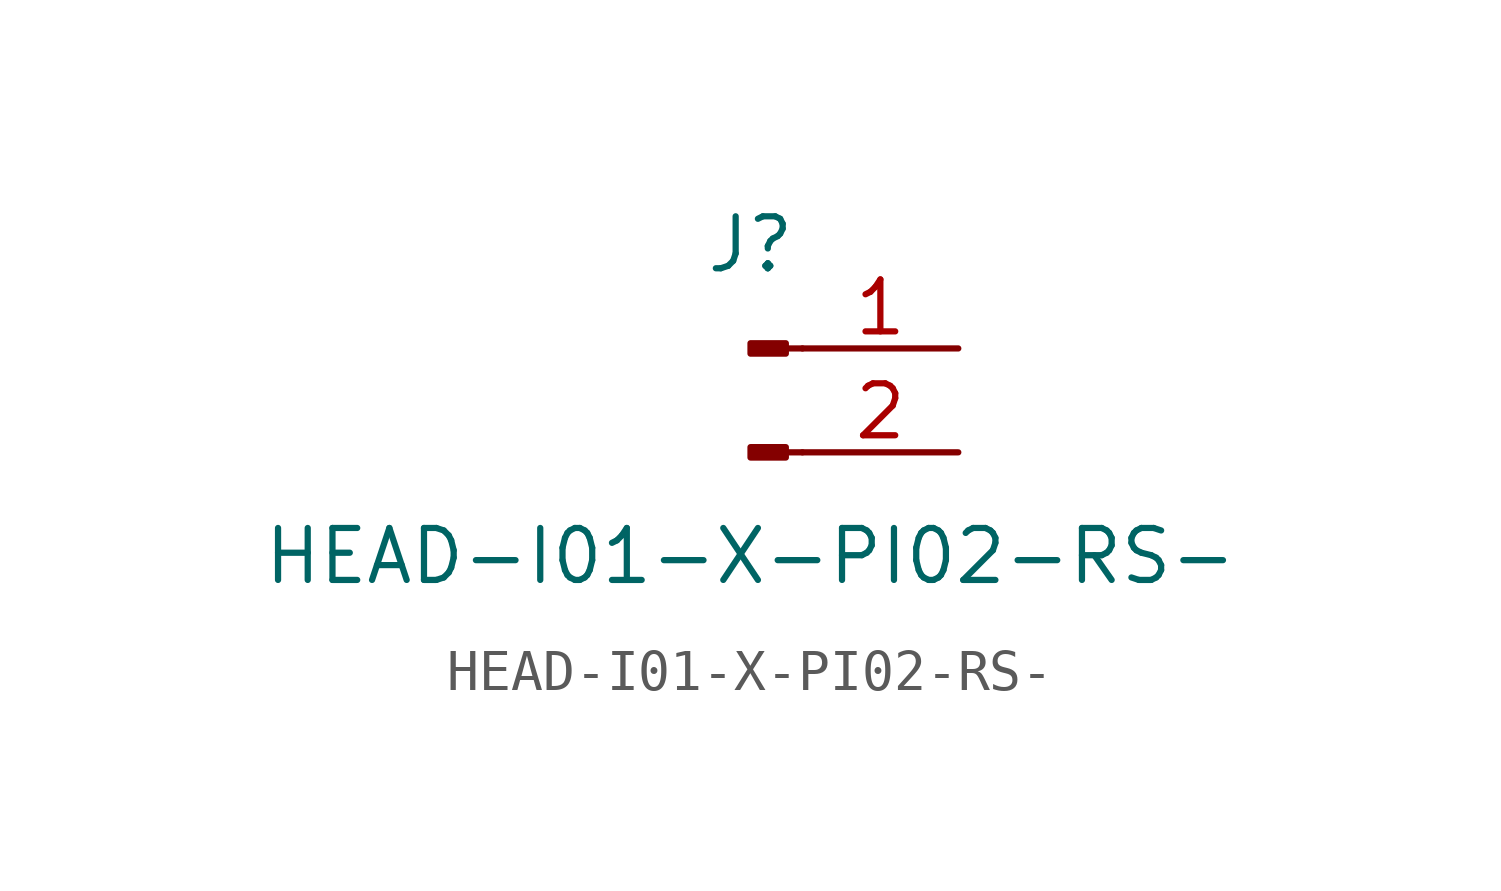
<source format=kicad_sym>
(kicad_symbol_lib
  (version 20211014)
  (generator kicad_symbol_editor)
  (symbol "HEAD-I01-X-PI02-RS-"
    (pin_names
      (offset 1.016) hide)
    (property "Reference" "J"
      (at 0 2.54 0)
      (effects (font (size 1.27 1.27))))
    (property "Value" "HEAD-I01-X-PI02-RS-"
      (at 0 -5.08 0)
      (effects (font (size 1.27 1.27))))
    (symbol "HEAD-I01-X-PI02-RS-_1_1"
      (polyline (pts (xy 1.27 -2.54) (xy 0.864 -2.54)) (stroke (width 0.152) (type default) (color 0 0 0 0)) (fill (type none)))
      (polyline (pts (xy 1.27 0) (xy 0.864 0)) (stroke (width 0.152) (type default) (color 0 0 0 0)) (fill (type none)))
      (rectangle (start 0.864 -2.413) (end 0 -2.667) (stroke (width 0.152) (type default) (color 0 0 0 0)) (fill (type outline)))
      (rectangle (start 0.864 0.127) (end 0 -0.127) (stroke (width 0.152) (type default) (color 0 0 0 0)) (fill (type outline)))
      (pin passive line (at 5.08 0 180) (length 3.81) (name "Pin_1" (effects (font (size 1.27 1.27)))) (number "1" (effects (font (size 1.27 1.27)))))
      (pin passive line (at 5.08 -2.54 180) (length 3.81) (name "Pin_2" (effects (font (size 1.27 1.27)))) (number "2" (effects (font (size 1.27 1.27))))))))
</source>
